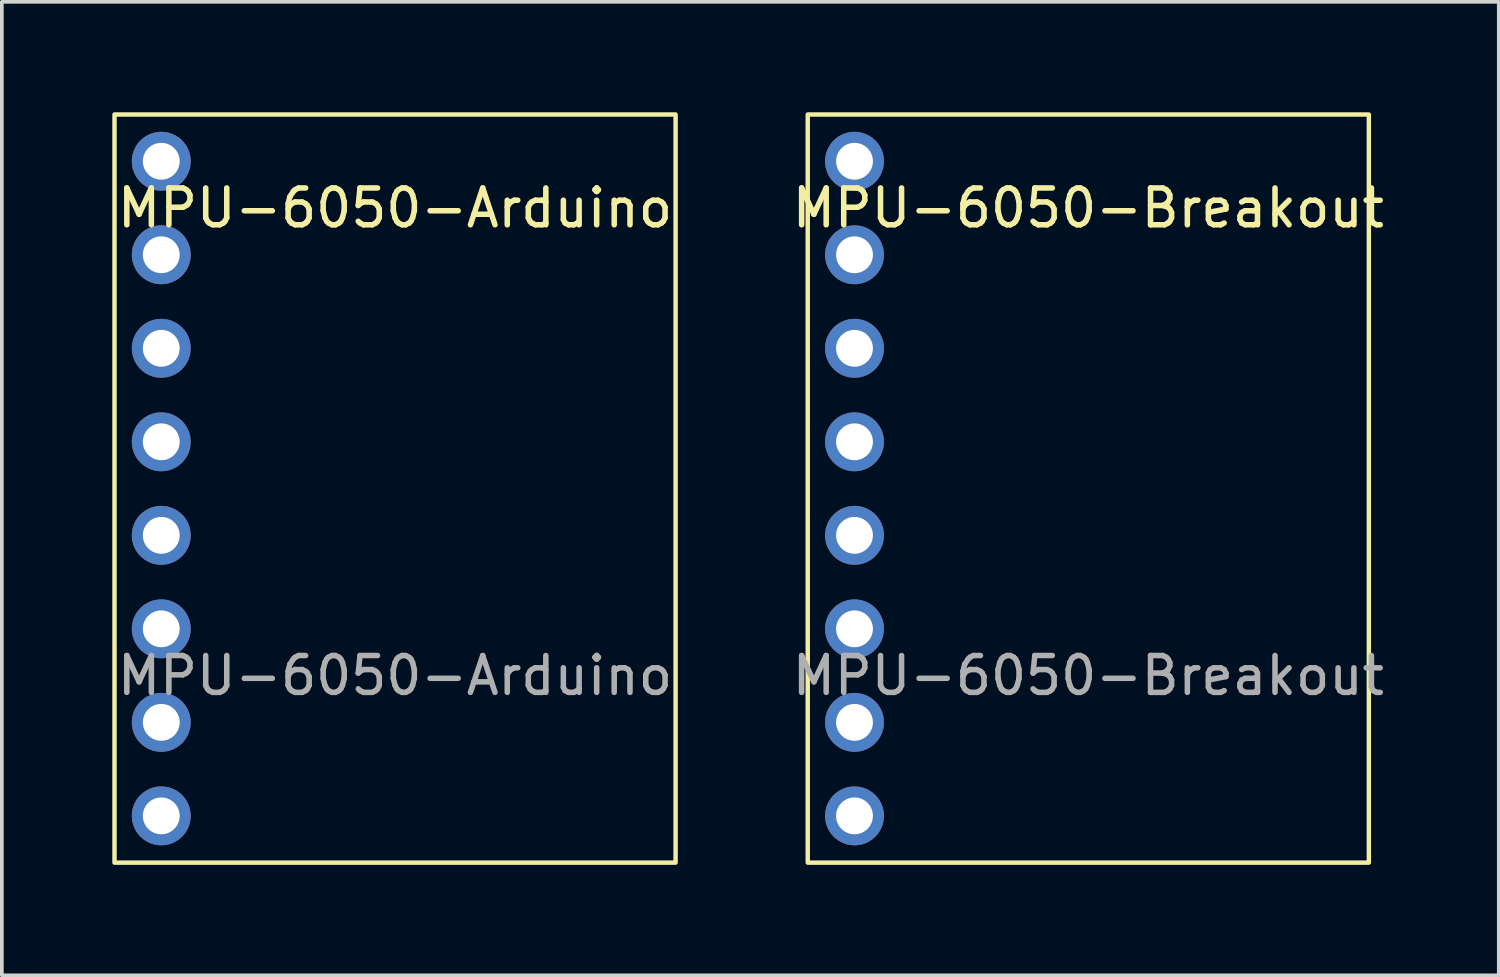
<source format=kicad_pcb>
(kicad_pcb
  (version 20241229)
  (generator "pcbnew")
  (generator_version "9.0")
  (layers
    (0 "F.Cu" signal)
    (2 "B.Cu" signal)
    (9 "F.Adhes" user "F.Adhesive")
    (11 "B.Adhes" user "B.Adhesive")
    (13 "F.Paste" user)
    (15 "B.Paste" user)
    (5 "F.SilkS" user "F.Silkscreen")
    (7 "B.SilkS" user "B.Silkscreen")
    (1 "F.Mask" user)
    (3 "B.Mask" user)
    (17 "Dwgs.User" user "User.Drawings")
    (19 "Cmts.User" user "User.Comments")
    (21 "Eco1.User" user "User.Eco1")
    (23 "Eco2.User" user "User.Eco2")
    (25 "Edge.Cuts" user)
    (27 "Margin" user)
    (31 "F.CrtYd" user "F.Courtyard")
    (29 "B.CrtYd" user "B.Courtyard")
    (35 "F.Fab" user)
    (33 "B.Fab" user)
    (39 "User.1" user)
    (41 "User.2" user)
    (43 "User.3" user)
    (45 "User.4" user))
  (footprint "MPU-6050-Arduino"
    (layer "F.Cu")
    (at 7.68 10.22)
    (property "Reference" "MPU-6050-Arduino" (at 0 -7.62 0) (unlocked yes) (layer "F.SilkS") (effects (font (size 1 1) (thickness 0.15))))
    (attr through_hole)
    (fp_rect (start -7.62 -10.16) (end 7.62 10.16) (stroke (width 0.12) (type solid)) (fill no) (layer "F.SilkS"))
    (fp_text user "${REFERENCE}" (at 0 5.08 0) (unlocked yes) (layer "F.Fab") (effects (font (size 1 1) (thickness 0.15))))
    (pad "1" thru_hole oval (at -6.35 -8.89) (size 1.6 1.6) (drill 1) (layers "*.Cu" "*.Mask"))
    (pad "2" thru_hole oval (at -6.35 -6.35) (size 1.6 1.6) (drill 1) (layers "*.Cu" "*.Mask"))
    (pad "3" thru_hole oval (at -6.35 -3.81) (size 1.6 1.6) (drill 1) (layers "*.Cu" "*.Mask"))
    (pad "4" thru_hole oval (at -6.35 -1.27) (size 1.6 1.6) (drill 1) (layers "*.Cu" "*.Mask"))
    (pad "5" thru_hole oval (at -6.35 1.27) (size 1.6 1.6) (drill 1) (layers "*.Cu" "*.Mask"))
    (pad "6" thru_hole oval (at -6.35 3.81) (size 1.6 1.6) (drill 1) (layers "*.Cu" "*.Mask"))
    (pad "7" thru_hole oval (at -6.35 6.35) (size 1.6 1.6) (drill 1) (layers "*.Cu" "*.Mask"))
    (pad "8" thru_hole oval (at -6.35 8.89) (size 1.6 1.6) (drill 1) (layers "*.Cu" "*.Mask")))
  (footprint "MPU-6050-Breakout"
    (layer "F.Cu")
    (at 26.509 10.22)
    (property "Reference" "MPU-6050-Breakout" (at 0 -7.62 0) (unlocked yes) (layer "F.SilkS") (effects (font (size 1 1) (thickness 0.15))))
    (attr through_hole)
    (fp_rect (start -7.62 -10.16) (end 7.62 10.16) (stroke (width 0.12) (type solid)) (fill no) (layer "F.SilkS"))
    (fp_text user "${REFERENCE}" (at 0 5.08 0) (unlocked yes) (layer "F.Fab") (effects (font (size 1 1) (thickness 0.15))))
    (pad "1" thru_hole oval (at -6.35 -8.89) (size 1.6 1.6) (drill 1) (layers "*.Cu" "*.Mask"))
    (pad "2" thru_hole oval (at -6.35 -6.35) (size 1.6 1.6) (drill 1) (layers "*.Cu" "*.Mask"))
    (pad "3" thru_hole oval (at -6.35 -3.81) (size 1.6 1.6) (drill 1) (layers "*.Cu" "*.Mask"))
    (pad "4" thru_hole oval (at -6.35 -1.27) (size 1.6 1.6) (drill 1) (layers "*.Cu" "*.Mask"))
    (pad "5" thru_hole oval (at -6.35 1.27) (size 1.6 1.6) (drill 1) (layers "*.Cu" "*.Mask"))
    (pad "6" thru_hole oval (at -6.35 3.81) (size 1.6 1.6) (drill 1) (layers "*.Cu" "*.Mask"))
    (pad "7" thru_hole oval (at -6.35 6.35) (size 1.6 1.6) (drill 1) (layers "*.Cu" "*.Mask"))
    (pad "8" thru_hole oval (at -6.35 8.89) (size 1.6 1.6) (drill 1) (layers "*.Cu" "*.Mask")))
  (gr_rect
    (start -3 -3)
    (end 37.658 23.44)
    (stroke (width 0.1) (type default))
    (fill no)
    (layer "Edge.Cuts")))
</source>
